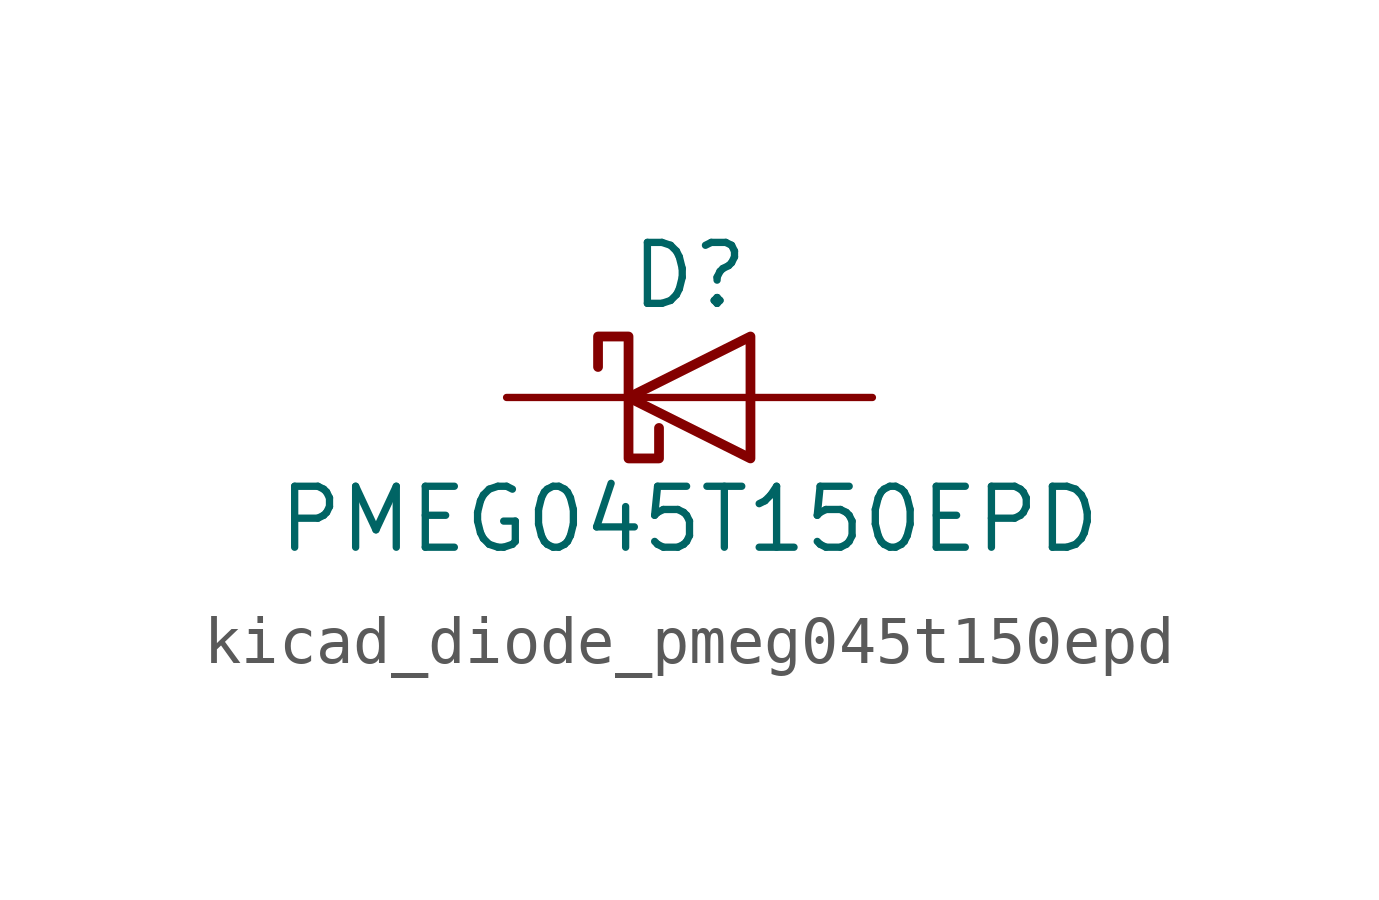
<source format=kicad_sym>
(kicad_symbol_lib
  (version 20220914)
  (generator kicad_symbol_editor)
  (symbol "kicad_diode_pmeg045t150epd"
    (pin_numbers hide)
    (pin_names hide)
    (property "Reference" "D"
      (at 0 2.54 0)
      (effects (font (size 1.27 1.27))))
    (property "Value" "PMEG045T150EPD"
      (at 0 -2.54 0)
      (effects (font (size 1.27 1.27))))
    (symbol "kicad_diode_pmeg045t150epd_0_1"
      (polyline (pts (xy 1.27 0) (xy -1.27 0)) (stroke (width 0) (type default)) (fill (type none)))
      (polyline (pts (xy 1.27 1.27) (xy 1.27 -1.27) (xy -1.27 0) (xy 1.27 1.27)) (stroke (width 0.203) (type default)) (fill (type none)))
      (polyline (pts (xy -1.905 0.635) (xy -1.905 1.27) (xy -1.27 1.27) (xy -1.27 -1.27) (xy -0.635 -1.27) (xy -0.635 -0.635)) (stroke (width 0.203) (type default)) (fill (type none))))
    (symbol "kicad_diode_pmeg045t150epd_1_1"
      (pin passive line (at 3.81 0 180) (length 2.54) (name "A" (effects (font (size 1.27 1.27)))) (number "1" (effects (font (size 1.27 1.27)))))
      (pin passive line (at 3.81 0 180) (length 2.54) hide (name "A" (effects (font (size 1.27 1.27)))) (number "2" (effects (font (size 1.27 1.27)))))
      (pin passive line (at -3.81 0 0) (length 2.54) (name "K" (effects (font (size 1.27 1.27)))) (number "3" (effects (font (size 1.27 1.27))))))))
</source>
